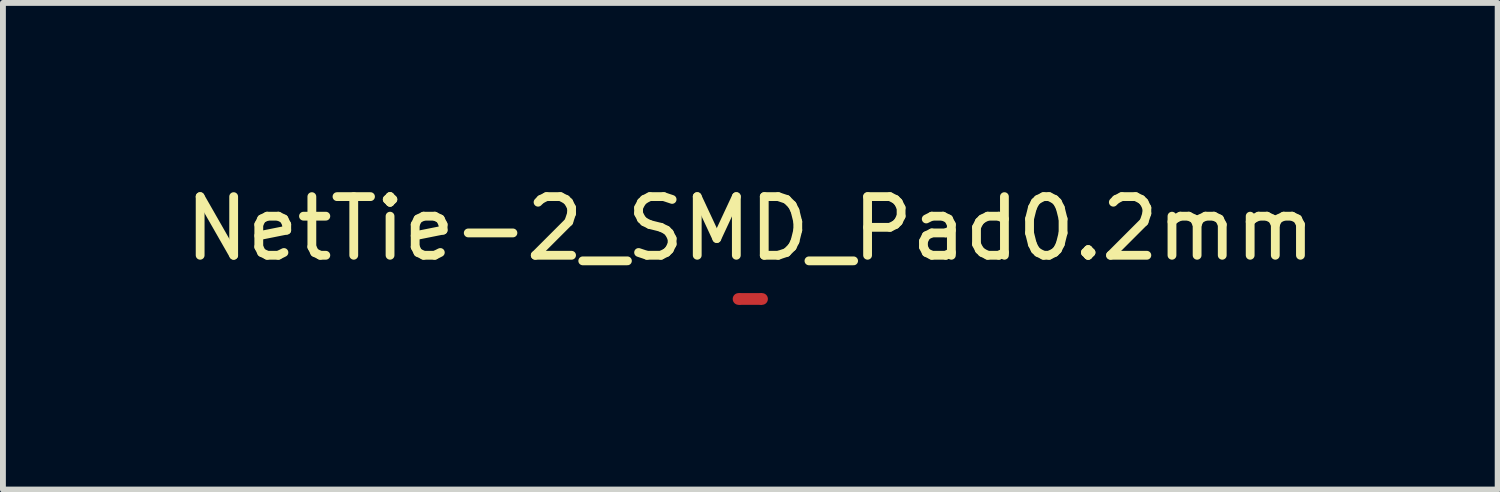
<source format=kicad_pcb>
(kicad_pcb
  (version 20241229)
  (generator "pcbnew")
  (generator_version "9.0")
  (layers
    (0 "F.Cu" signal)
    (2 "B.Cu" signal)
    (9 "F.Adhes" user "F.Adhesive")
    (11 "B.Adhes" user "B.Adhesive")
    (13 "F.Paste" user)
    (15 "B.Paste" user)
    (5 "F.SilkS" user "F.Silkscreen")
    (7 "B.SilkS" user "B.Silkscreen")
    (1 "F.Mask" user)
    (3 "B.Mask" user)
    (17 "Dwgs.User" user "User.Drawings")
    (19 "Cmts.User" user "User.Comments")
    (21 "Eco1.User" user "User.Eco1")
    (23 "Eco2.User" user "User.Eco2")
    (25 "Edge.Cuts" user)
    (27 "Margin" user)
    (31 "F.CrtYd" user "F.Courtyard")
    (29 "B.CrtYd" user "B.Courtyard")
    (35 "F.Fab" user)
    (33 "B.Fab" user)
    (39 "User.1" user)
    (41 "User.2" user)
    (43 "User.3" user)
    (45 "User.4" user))
  (footprint "NetTie-2_SMD_Pad0.2mm"
    (layer "F.Cu")
    (at 9.744 2.048)
    (property "Reference" "NetTie-2_SMD_Pad0.2mm" (at 0 -1.2 0) (layer "F.SilkS") (effects (font (size 1 1) (thickness 0.15))))
    (attr exclude_from_pos_files exclude_from_bom allow_missing_courtyard)
    (fp_poly (pts (xy -0.2 -0.1) (xy 0.2 -0.1) (xy 0.2 0.1) (xy -0.2 0.1)) (stroke (width 0) (type solid)) (fill yes) (layer "F.Cu"))
    (pad "1" smd circle (at -0.2 0) (size 0.2 0.2) (layers "F.Cu"))
    (pad "2" smd circle (at 0.2 0) (size 0.2 0.2) (layers "F.Cu")))
  (gr_rect
    (start -3 -3)
    (end 22.488 5.298)
    (stroke (width 0.1) (type default))
    (fill no)
    (layer "Edge.Cuts")))
</source>
